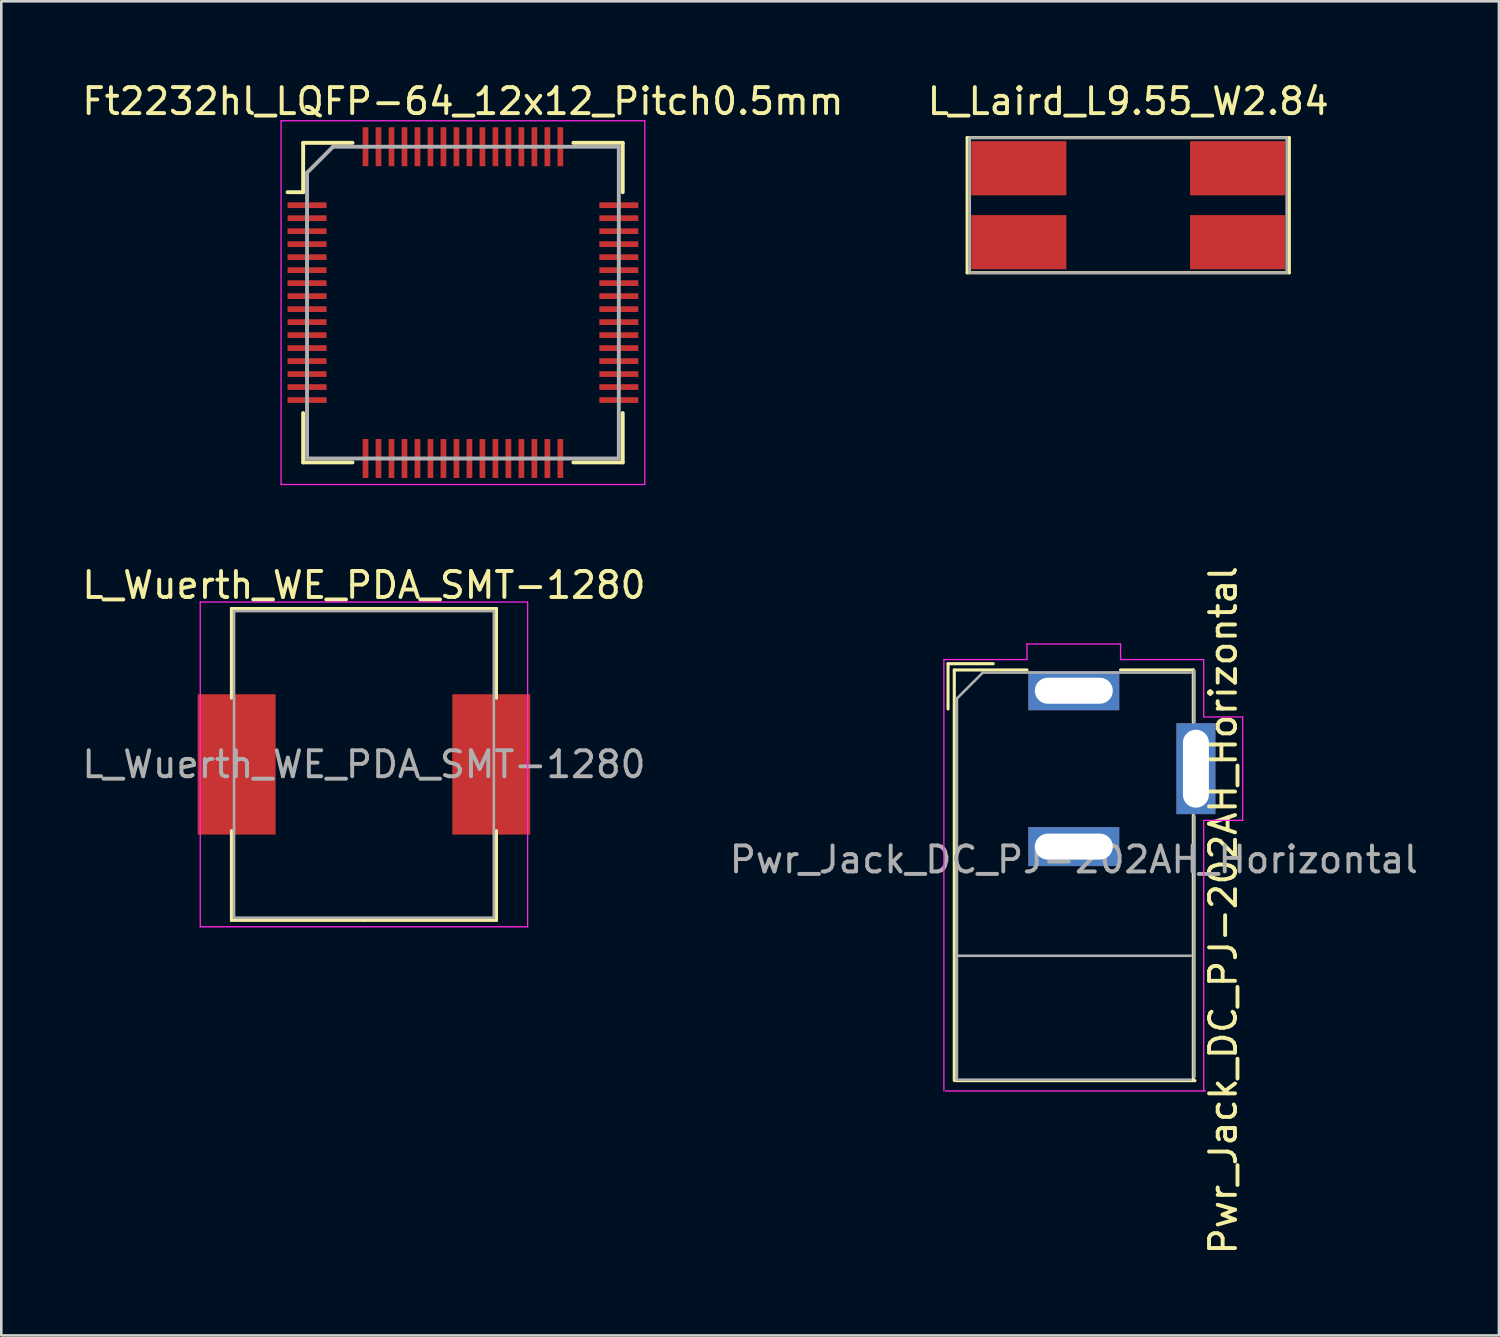
<source format=kicad_pcb>
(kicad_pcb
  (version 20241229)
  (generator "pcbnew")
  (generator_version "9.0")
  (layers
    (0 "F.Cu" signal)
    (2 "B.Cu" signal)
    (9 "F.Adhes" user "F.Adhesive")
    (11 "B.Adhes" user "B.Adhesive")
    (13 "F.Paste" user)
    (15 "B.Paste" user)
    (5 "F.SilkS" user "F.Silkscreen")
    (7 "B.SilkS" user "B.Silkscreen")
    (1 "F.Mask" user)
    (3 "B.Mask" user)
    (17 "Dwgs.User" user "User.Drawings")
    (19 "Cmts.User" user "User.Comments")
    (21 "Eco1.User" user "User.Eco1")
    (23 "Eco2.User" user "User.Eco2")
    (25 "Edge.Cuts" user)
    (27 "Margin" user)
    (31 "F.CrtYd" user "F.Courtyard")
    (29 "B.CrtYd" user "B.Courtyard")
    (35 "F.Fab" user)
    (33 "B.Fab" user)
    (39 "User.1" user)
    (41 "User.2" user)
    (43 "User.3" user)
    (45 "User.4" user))
  (footprint "Ft2232hl_LQFP-64_12x12_Pitch0.5mm"
    (layer "F.Cu")
    (at 14.768 8.598)
    (property "Reference" "Ft2232hl_LQFP-64_12x12_Pitch0.5mm" (at 0 -7.75 0) (layer "F.SilkS") (effects (font (size 1 1) (thickness 0.15))))
    (attr smd)
    (fp_line (start -6.15 -6.15) (end -6.15 -4.25) (stroke (width 0.15) (type solid)) (layer "F.SilkS"))
    (fp_line (start -6.15 -4.25) (end -6.75 -4.25) (stroke (width 0.15) (type solid)) (layer "F.SilkS"))
    (fp_line (start -6.15 6.15) (end -6.15 4.25) (stroke (width 0.15) (type solid)) (layer "F.SilkS"))
    (fp_line (start -4.25 -6.15) (end -6.15 -6.15) (stroke (width 0.15) (type solid)) (layer "F.SilkS"))
    (fp_line (start -4.25 6.15) (end -6.15 6.15) (stroke (width 0.15) (type solid)) (layer "F.SilkS"))
    (fp_line (start 4.25 -6.15) (end 6.15 -6.15) (stroke (width 0.15) (type solid)) (layer "F.SilkS"))
    (fp_line (start 4.25 6.15) (end 6.15 6.15) (stroke (width 0.15) (type solid)) (layer "F.SilkS"))
    (fp_line (start 6.15 -6.15) (end 6.15 -4.25) (stroke (width 0.15) (type solid)) (layer "F.SilkS"))
    (fp_line (start 6.15 6.15) (end 6.15 4.25) (stroke (width 0.15) (type solid)) (layer "F.SilkS"))
    (fp_line (start -7 -7) (end 7 -7) (stroke (width 0.05) (type solid)) (layer "F.CrtYd"))
    (fp_line (start -7 7) (end -7 -7) (stroke (width 0.05) (type solid)) (layer "F.CrtYd"))
    (fp_line (start 7 -7) (end 7 7) (stroke (width 0.05) (type solid)) (layer "F.CrtYd"))
    (fp_line (start 7 7) (end -7 7) (stroke (width 0.05) (type solid)) (layer "F.CrtYd"))
    (fp_line (start -6 -5) (end -6 6) (stroke (width 0.15) (type solid)) (layer "F.Fab"))
    (fp_line (start -6 6) (end 6 6) (stroke (width 0.15) (type solid)) (layer "F.Fab"))
    (fp_line (start -5 -6) (end -6 -5) (stroke (width 0.15) (type solid)) (layer "F.Fab"))
    (fp_line (start 6 -6) (end -5 -6) (stroke (width 0.15) (type solid)) (layer "F.Fab"))
    (fp_line (start 6 6) (end 6 -6) (stroke (width 0.15) (type solid)) (layer "F.Fab"))
    (pad "1" smd rect (at -6 -3.75 90) (size 0.22 1.5) (layers "F.Cu" "F.Mask" "F.Paste"))
    (pad "2" smd rect (at -6 -3.25 90) (size 0.22 1.5) (layers "F.Cu" "F.Mask" "F.Paste"))
    (pad "3" smd rect (at -6 -2.75 90) (size 0.22 1.5) (layers "F.Cu" "F.Mask" "F.Paste"))
    (pad "4" smd rect (at -6 -2.25 90) (size 0.22 1.5) (layers "F.Cu" "F.Mask" "F.Paste"))
    (pad "5" smd rect (at -6 -1.75 90) (size 0.22 1.5) (layers "F.Cu" "F.Mask" "F.Paste"))
    (pad "6" smd rect (at -6 -1.25 90) (size 0.22 1.5) (layers "F.Cu" "F.Mask" "F.Paste"))
    (pad "7" smd rect (at -6 -0.75 90) (size 0.22 1.5) (layers "F.Cu" "F.Mask" "F.Paste"))
    (pad "8" smd rect (at -6 -0.25 90) (size 0.22 1.5) (layers "F.Cu" "F.Mask" "F.Paste"))
    (pad "9" smd rect (at -6 0.25 90) (size 0.22 1.5) (layers "F.Cu" "F.Mask" "F.Paste"))
    (pad "10" smd rect (at -6 0.75 90) (size 0.22 1.5) (layers "F.Cu" "F.Mask" "F.Paste"))
    (pad "11" smd rect (at -6 1.25 90) (size 0.22 1.5) (layers "F.Cu" "F.Mask" "F.Paste"))
    (pad "12" smd rect (at -6 1.75 90) (size 0.22 1.5) (layers "F.Cu" "F.Mask" "F.Paste"))
    (pad "13" smd rect (at -6 2.25 90) (size 0.22 1.5) (layers "F.Cu" "F.Mask" "F.Paste"))
    (pad "14" smd rect (at -6 2.75 90) (size 0.22 1.5) (layers "F.Cu" "F.Mask" "F.Paste"))
    (pad "15" smd rect (at -6 3.25 90) (size 0.22 1.5) (layers "F.Cu" "F.Mask" "F.Paste"))
    (pad "16" smd rect (at -6 3.75 90) (size 0.22 1.5) (layers "F.Cu" "F.Mask" "F.Paste"))
    (pad "17" smd rect (at -3.75 6) (size 0.22 1.5) (layers "F.Cu" "F.Mask" "F.Paste"))
    (pad "18" smd rect (at -3.25 6) (size 0.22 1.5) (layers "F.Cu" "F.Mask" "F.Paste"))
    (pad "19" smd rect (at -2.75 6) (size 0.22 1.5) (layers "F.Cu" "F.Mask" "F.Paste"))
    (pad "20" smd rect (at -2.25 6) (size 0.22 1.5) (layers "F.Cu" "F.Mask" "F.Paste"))
    (pad "21" smd rect (at -1.75 6) (size 0.22 1.5) (layers "F.Cu" "F.Mask" "F.Paste"))
    (pad "22" smd rect (at -1.25 6) (size 0.22 1.5) (layers "F.Cu" "F.Mask" "F.Paste"))
    (pad "23" smd rect (at -0.75 6) (size 0.22 1.5) (layers "F.Cu" "F.Mask" "F.Paste"))
    (pad "24" smd rect (at -0.25 6) (size 0.22 1.5) (layers "F.Cu" "F.Mask" "F.Paste"))
    (pad "25" smd rect (at 0.25 6) (size 0.22 1.5) (layers "F.Cu" "F.Mask" "F.Paste"))
    (pad "26" smd rect (at 0.75 6) (size 0.22 1.5) (layers "F.Cu" "F.Mask" "F.Paste"))
    (pad "27" smd rect (at 1.25 6) (size 0.22 1.5) (layers "F.Cu" "F.Mask" "F.Paste"))
    (pad "28" smd rect (at 1.75 6) (size 0.22 1.5) (layers "F.Cu" "F.Mask" "F.Paste"))
    (pad "29" smd rect (at 2.25 6) (size 0.22 1.5) (layers "F.Cu" "F.Mask" "F.Paste"))
    (pad "30" smd rect (at 2.75 6) (size 0.22 1.5) (layers "F.Cu" "F.Mask" "F.Paste"))
    (pad "31" smd rect (at 3.25 6) (size 0.22 1.5) (layers "F.Cu" "F.Mask" "F.Paste"))
    (pad "32" smd rect (at 3.75 6) (size 0.22 1.5) (layers "F.Cu" "F.Mask" "F.Paste"))
    (pad "33" smd rect (at 6 3.75 90) (size 0.22 1.5) (layers "F.Cu" "F.Mask" "F.Paste"))
    (pad "34" smd rect (at 6 3.25 90) (size 0.22 1.5) (layers "F.Cu" "F.Mask" "F.Paste"))
    (pad "35" smd rect (at 6 2.75 90) (size 0.22 1.5) (layers "F.Cu" "F.Mask" "F.Paste"))
    (pad "36" smd rect (at 6 2.25 90) (size 0.22 1.5) (layers "F.Cu" "F.Mask" "F.Paste"))
    (pad "37" smd rect (at 6 1.75 90) (size 0.22 1.5) (layers "F.Cu" "F.Mask" "F.Paste"))
    (pad "38" smd rect (at 6 1.25 90) (size 0.22 1.5) (layers "F.Cu" "F.Mask" "F.Paste"))
    (pad "39" smd rect (at 6 0.75 90) (size 0.22 1.5) (layers "F.Cu" "F.Mask" "F.Paste"))
    (pad "40" smd rect (at 6 0.25 90) (size 0.22 1.5) (layers "F.Cu" "F.Mask" "F.Paste"))
    (pad "41" smd rect (at 6 -0.25 90) (size 0.22 1.5) (layers "F.Cu" "F.Mask" "F.Paste"))
    (pad "42" smd rect (at 6 -0.75 90) (size 0.22 1.5) (layers "F.Cu" "F.Mask" "F.Paste"))
    (pad "43" smd rect (at 6 -1.25 90) (size 0.22 1.5) (layers "F.Cu" "F.Mask" "F.Paste"))
    (pad "44" smd rect (at 6 -1.75 90) (size 0.22 1.5) (layers "F.Cu" "F.Mask" "F.Paste"))
    (pad "45" smd rect (at 6 -2.25 90) (size 0.22 1.5) (layers "F.Cu" "F.Mask" "F.Paste"))
    (pad "46" smd rect (at 6 -2.75 90) (size 0.22 1.5) (layers "F.Cu" "F.Mask" "F.Paste"))
    (pad "47" smd rect (at 6 -3.25 90) (size 0.22 1.5) (layers "F.Cu" "F.Mask" "F.Paste"))
    (pad "48" smd rect (at 6 -3.75 90) (size 0.22 1.5) (layers "F.Cu" "F.Mask" "F.Paste"))
    (pad "49" smd rect (at 3.75 -6) (size 0.22 1.5) (layers "F.Cu" "F.Mask" "F.Paste"))
    (pad "50" smd rect (at 3.25 -6) (size 0.22 1.5) (layers "F.Cu" "F.Mask" "F.Paste"))
    (pad "51" smd rect (at 2.75 -6) (size 0.22 1.5) (layers "F.Cu" "F.Mask" "F.Paste"))
    (pad "52" smd rect (at 2.25 -6) (size 0.22 1.5) (layers "F.Cu" "F.Mask" "F.Paste"))
    (pad "53" smd rect (at 1.75 -6) (size 0.22 1.5) (layers "F.Cu" "F.Mask" "F.Paste"))
    (pad "54" smd rect (at 1.25 -6) (size 0.22 1.5) (layers "F.Cu" "F.Mask" "F.Paste"))
    (pad "55" smd rect (at 0.75 -6) (size 0.22 1.5) (layers "F.Cu" "F.Mask" "F.Paste"))
    (pad "56" smd rect (at 0.25 -6) (size 0.22 1.5) (layers "F.Cu" "F.Mask" "F.Paste"))
    (pad "57" smd rect (at -0.25 -6) (size 0.22 1.5) (layers "F.Cu" "F.Mask" "F.Paste"))
    (pad "58" smd rect (at -0.75 -6) (size 0.22 1.5) (layers "F.Cu" "F.Mask" "F.Paste"))
    (pad "59" smd rect (at -1.25 -6) (size 0.22 1.5) (layers "F.Cu" "F.Mask" "F.Paste"))
    (pad "60" smd rect (at -1.75 -6) (size 0.22 1.5) (layers "F.Cu" "F.Mask" "F.Paste"))
    (pad "61" smd rect (at -2.25 -6) (size 0.22 1.5) (layers "F.Cu" "F.Mask" "F.Paste"))
    (pad "62" smd rect (at -2.75 -6) (size 0.22 1.5) (layers "F.Cu" "F.Mask" "F.Paste"))
    (pad "63" smd rect (at -3.25 -6) (size 0.22 1.5) (layers "F.Cu" "F.Mask" "F.Paste"))
    (pad "64" smd rect (at -3.75 -6) (size 0.22 1.5) (layers "F.Cu" "F.Mask" "F.Paste")))
  (footprint "L_Wuerth_WE_PDA_SMT-1280"
    (layer "F.Cu")
    (at 10.958 26.372)
    (property "Reference" "L_Wuerth_WE_PDA_SMT-1280" (at 0 -6.9 0) (layer "F.SilkS") (effects (font (size 1 1) (thickness 0.15))))
    (attr smd)
    (fp_line (start -5.1 -6) (end 0 -6) (stroke (width 0.12) (type solid)) (layer "F.SilkS"))
    (fp_line (start -5.1 -2.55) (end -5.1 -6) (stroke (width 0.12) (type solid)) (layer "F.SilkS"))
    (fp_line (start -5.1 2.55) (end -5.1 6) (stroke (width 0.12) (type solid)) (layer "F.SilkS"))
    (fp_line (start -5.1 6) (end 0 6) (stroke (width 0.12) (type solid)) (layer "F.SilkS"))
    (fp_line (start 5.1 -6) (end 0 -6) (stroke (width 0.12) (type solid)) (layer "F.SilkS"))
    (fp_line (start 5.1 -2.55) (end 5.1 -6) (stroke (width 0.12) (type solid)) (layer "F.SilkS"))
    (fp_line (start 5.1 2.55) (end 5.1 6) (stroke (width 0.12) (type solid)) (layer "F.SilkS"))
    (fp_line (start 5.1 6) (end 0 6) (stroke (width 0.12) (type solid)) (layer "F.SilkS"))
    (fp_line (start -6.3 -6.25) (end -6.3 6.25) (stroke (width 0.05) (type solid)) (layer "F.CrtYd"))
    (fp_line (start -6.3 6.25) (end 6.3 6.25) (stroke (width 0.05) (type solid)) (layer "F.CrtYd"))
    (fp_line (start 6.3 -6.25) (end -6.3 -6.25) (stroke (width 0.05) (type solid)) (layer "F.CrtYd"))
    (fp_line (start 6.3 6.25) (end 6.3 -6.25) (stroke (width 0.05) (type solid)) (layer "F.CrtYd"))
    (fp_line (start -5 -5.9) (end -5 5.9) (stroke (width 0.1) (type solid)) (layer "F.Fab"))
    (fp_line (start -5 5.9) (end 5 5.9) (stroke (width 0.1) (type solid)) (layer "F.Fab"))
    (fp_line (start 5 -5.9) (end -5 -5.9) (stroke (width 0.1) (type solid)) (layer "F.Fab"))
    (fp_line (start 5 5.9) (end 5 -5.9) (stroke (width 0.1) (type solid)) (layer "F.Fab"))
    (fp_text user "${REFERENCE}" (at 0 0 0) (layer "F.Fab") (effects (font (size 1 1) (thickness 0.15))))
    (pad "1" smd rect (at -4.9 0) (size 3 5.4) (layers "F.Cu" "F.Mask" "F.Paste"))
    (pad "2" smd rect (at 4.9 0) (size 3 5.4) (layers "F.Cu" "F.Mask" "F.Paste")))
  (footprint "L_Laird_L9.55_W2.84"
    (layer "F.Cu")
    (at 40.375 4.849)
    (property "Reference" "L_Laird_L9.55_W2.84" (at 0 -4 0) (layer "F.SilkS") (effects (font (size 1 1) (thickness 0.15))))
    (attr smd)
    (fp_line (start -6.2 -2.6) (end 6.2 -2.6) (stroke (width 0.12) (type solid)) (layer "F.SilkS"))
    (fp_line (start -6.2 2.6) (end -6.2 -2.6) (stroke (width 0.12) (type solid)) (layer "F.SilkS"))
    (fp_line (start 6.2 -2.6) (end 6.2 2.6) (stroke (width 0.12) (type solid)) (layer "F.SilkS"))
    (fp_line (start 6.2 2.6) (end -6.2 2.6) (stroke (width 0.12) (type solid)) (layer "F.SilkS"))
    (fp_line (start -6.1 -2.6) (end 6.1 -2.6) (stroke (width 0.1) (type solid)) (layer "F.Fab"))
    (fp_line (start -6.1 2.6) (end -6.1 -2.6) (stroke (width 0.1) (type solid)) (layer "F.Fab"))
    (fp_line (start 6.1 -2.6) (end 6.1 2.6) (stroke (width 0.1) (type solid)) (layer "F.Fab"))
    (fp_line (start 6.1 2.6) (end -6.1 2.6) (stroke (width 0.1) (type solid)) (layer "F.Fab"))
    (pad "1" smd rect (at -4.21 -1.423) (size 3.66 2.085) (layers "F.Cu" "F.Mask" "F.Paste"))
    (pad "2" smd rect (at -4.21 1.423) (size 3.66 2.085) (layers "F.Cu" "F.Mask" "F.Paste"))
    (pad "3" smd rect (at 4.21 1.423) (size 3.66 2.085) (layers "F.Cu" "F.Mask" "F.Paste"))
    (pad "4" smd rect (at 4.21 -1.423) (size 3.66 2.085) (layers "F.Cu" "F.Mask" "F.Paste")))
  (footprint "Pwr_Jack_DC_PJ-202AH_Horizontal"
    (layer "F.Cu")
    (at 38.28 23.536)
    (property "Reference" "Pwr_Jack_DC_PJ-202AH_Horizontal" (at 5.75 8.45 90) (layer "F.SilkS") (effects (font (size 1 1) (thickness 0.15))))
    (attr through_hole)
    (fp_line (start -4.84 -1.04) (end -3.1 -1.04) (stroke (width 0.12) (type solid)) (layer "F.SilkS"))
    (fp_line (start -4.84 0.7) (end -4.84 -1.04) (stroke (width 0.12) (type solid)) (layer "F.SilkS"))
    (fp_line (start -4.6 -0.8) (end -1.8 -0.8) (stroke (width 0.12) (type solid)) (layer "F.SilkS"))
    (fp_line (start -4.6 15) (end -4.6 -0.8) (stroke (width 0.12) (type solid)) (layer "F.SilkS"))
    (fp_line (start 1.8 -0.8) (end 4.6 -0.8) (stroke (width 0.12) (type solid)) (layer "F.SilkS"))
    (fp_line (start 4.6 -0.8) (end 4.6 1.2) (stroke (width 0.12) (type solid)) (layer "F.SilkS"))
    (fp_line (start 4.6 4.8) (end 4.6 15) (stroke (width 0.12) (type solid)) (layer "F.SilkS"))
    (fp_line (start 4.663 15.007) (end -4.537 15.007) (stroke (width 0.12) (type solid)) (layer "F.SilkS"))
    (fp_line (start -5 -1.2) (end -1.8 -1.2) (stroke (width 0.05) (type solid)) (layer "F.CrtYd"))
    (fp_line (start -5 15.4) (end -5 -1.2) (stroke (width 0.05) (type solid)) (layer "F.CrtYd"))
    (fp_line (start -1.8 -1.8) (end 1.8 -1.8) (stroke (width 0.05) (type solid)) (layer "F.CrtYd"))
    (fp_line (start -1.8 -1.2) (end -1.8 -1.8) (stroke (width 0.05) (type solid)) (layer "F.CrtYd"))
    (fp_line (start 1.8 -1.8) (end 1.8 -1.2) (stroke (width 0.05) (type solid)) (layer "F.CrtYd"))
    (fp_line (start 1.8 -1.2) (end 5 -1.2) (stroke (width 0.05) (type solid)) (layer "F.CrtYd"))
    (fp_line (start 5 -1.2) (end 5 1) (stroke (width 0.05) (type solid)) (layer "F.CrtYd"))
    (fp_line (start 5 1.01) (end 6.5 1.01) (stroke (width 0.05) (type solid)) (layer "F.CrtYd"))
    (fp_line (start 5 5) (end 5 15.4) (stroke (width 0.05) (type solid)) (layer "F.CrtYd"))
    (fp_line (start 5.064 15.406) (end -4.936 15.406) (stroke (width 0.05) (type solid)) (layer "F.CrtYd"))
    (fp_line (start 6.5 1) (end 6.5 5) (stroke (width 0.05) (type solid)) (layer "F.CrtYd"))
    (fp_line (start 6.5 4.99) (end 5 4.99) (stroke (width 0.05) (type solid)) (layer "F.CrtYd"))
    (fp_line (start -4.5 0.3) (end -3.5 -0.7) (stroke (width 0.1) (type solid)) (layer "F.Fab"))
    (fp_line (start -4.5 10.2) (end 4.5 10.2) (stroke (width 0.1) (type solid)) (layer "F.Fab"))
    (fp_line (start -4.5 14.9) (end -4.5 0.3) (stroke (width 0.1) (type solid)) (layer "F.Fab"))
    (fp_line (start -3.5 -0.7) (end 4.5 -0.7) (stroke (width 0.1) (type solid)) (layer "F.Fab"))
    (fp_line (start 4.5 14.97) (end -4.5 14.97) (stroke (width 0.1) (type solid)) (layer "F.Fab"))
    (fp_line (start 4.636 1.206) (end 4.636 -0.762) (stroke (width 0.12) (type solid)) (layer "F.Fab"))
    (fp_line (start 4.636 4.826) (end 4.636 14.859) (stroke (width 0.12) (type solid)) (layer "F.Fab"))
    (fp_text user "${REFERENCE}" (at 0 6.5 0) (layer "F.Fab") (effects (font (size 1 1) (thickness 0.15))))
    (pad "1" thru_hole rect (at 0 0 90) (size 1.5 3.5) (drill oval 1 3) (layers "*.Cu" "*.Mask"))
    (pad "2" thru_hole rect (at 0 6 90) (size 1.5 3.5) (drill oval 1 3) (layers "*.Cu" "*.Mask"))
    (pad "3" thru_hole rect (at 4.7 3) (size 1.5 3.5) (drill oval 1 3) (layers "*.Cu" "*.Mask")))
  (gr_rect
    (start -3 -3)
    (end 54.643 48.349)
    (stroke (width 0.1) (type default))
    (fill no)
    (layer "Edge.Cuts")))
</source>
